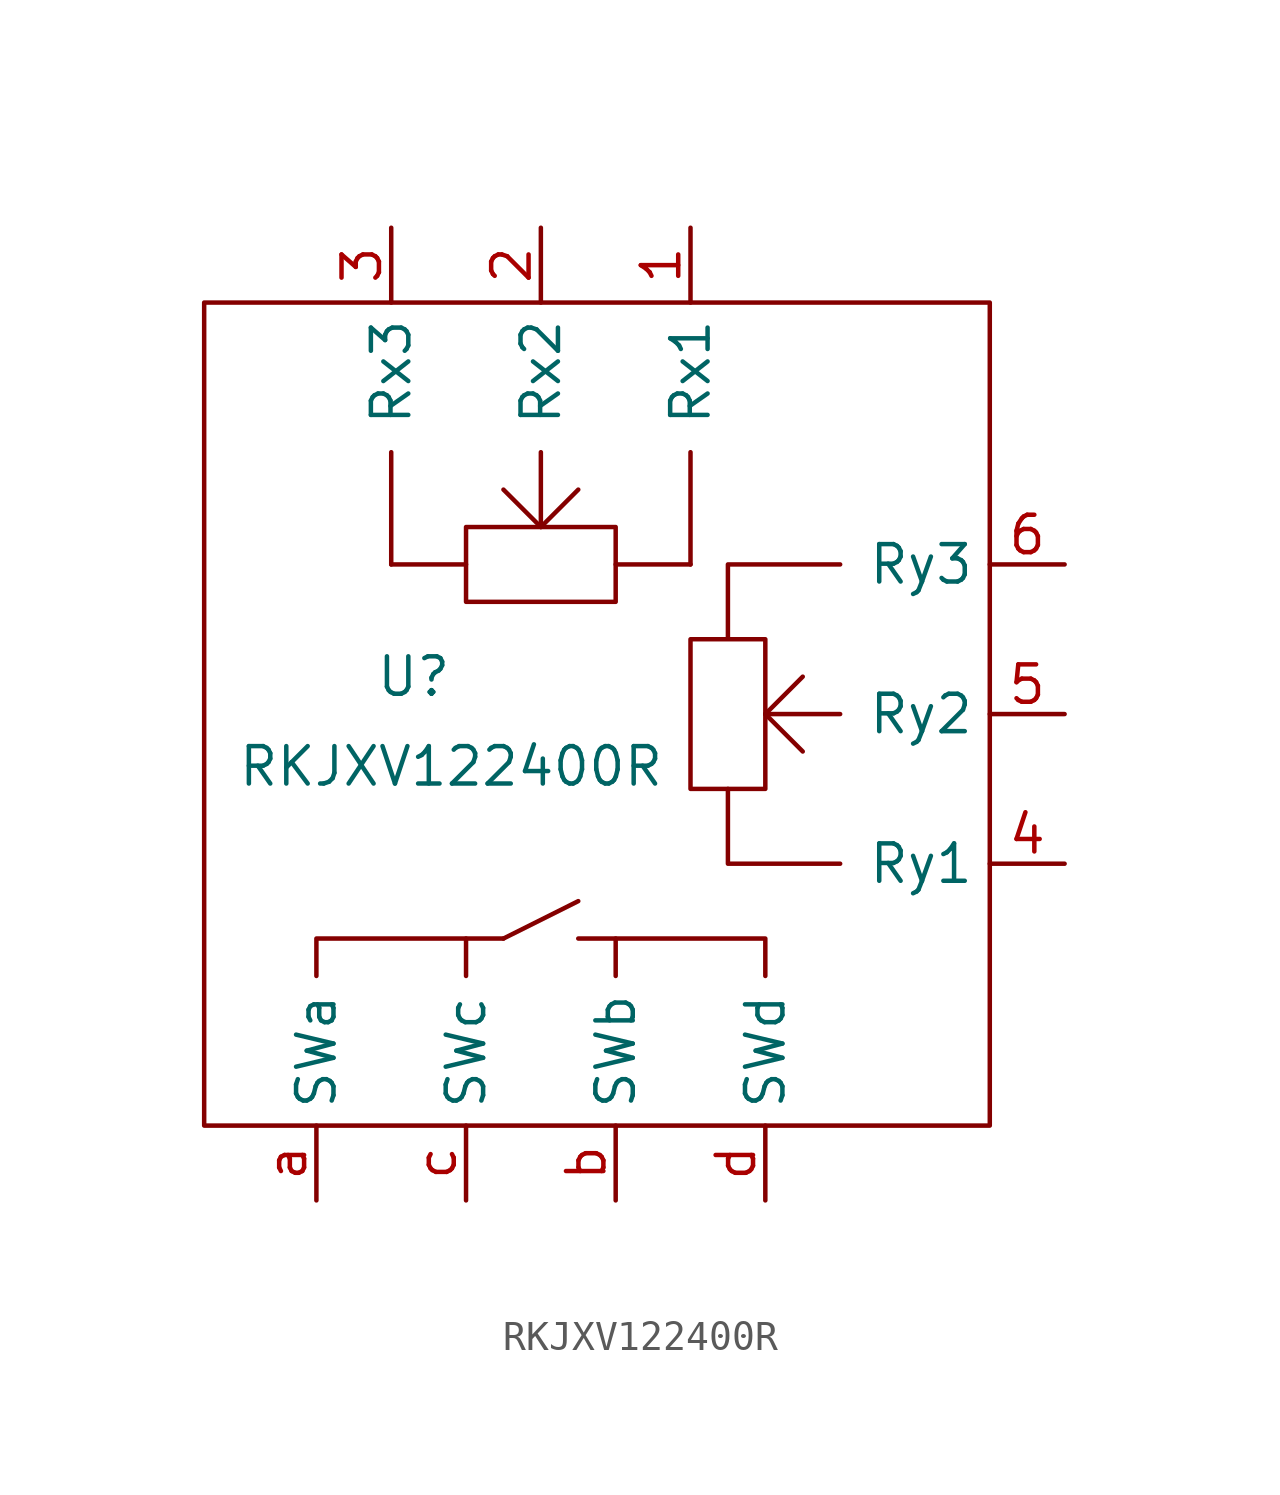
<source format=kicad_sym>
(kicad_symbol_lib
  (version 20231120)
  (generator "kicad_symbol_editor")
  (generator_version "8.0")
  (symbol "RKJXV122400R"
    (property "Reference" "U"
      (at -4.318 1.27 0)
      (effects (font (size 1.27 1.27))))
    (property "Value" "RKJXV122400R"
      (at -3.048 -1.778 0)
      (effects (font (size 1.27 1.27))))
    (symbol "RKJXV122400R_1_1"
      (rectangle (start -11.43 13.97) (end 15.24 -13.97) (stroke (width 0) (type default)) (fill (type none)))
      (rectangle (start -5.08 5.08) (end -5.08 8.89) (stroke (width 0) (type default)) (fill (type none)))
      (rectangle (start -2.54 5.08) (end -5.08 5.08) (stroke (width 0) (type default)) (fill (type none)))
      (rectangle (start -2.54 6.35) (end 2.54 3.81) (stroke (width 0) (type default)) (fill (type none)))
      (polyline (pts (xy -2.54 -7.62) (xy -1.27 -7.62)) (stroke (width 0) (type default)) (fill (type none)))
      (polyline (pts (xy -1.27 -7.62) (xy 1.27 -6.35)) (stroke (width 0) (type default)) (fill (type none)))
      (polyline (pts (xy 2.54 -7.62) (xy 1.27 -7.62)) (stroke (width 0) (type default)) (fill (type none)))
      (polyline (pts (xy 7.62 0) (xy 8.89 -1.27)) (stroke (width 0) (type default)) (fill (type none)))
      (polyline (pts (xy 7.62 0) (xy 8.89 1.27)) (stroke (width 0) (type default)) (fill (type none)))
      (polyline (pts (xy 7.62 0) (xy 10.16 0)) (stroke (width 0) (type default)) (fill (type none)))
      (polyline (pts (xy 6.35 -2.54) (xy 6.35 -5.08) (xy 10.16 -5.08)) (stroke (width 0) (type default)) (fill (type none)))
      (polyline (pts (xy -2.54 -8.89) (xy -2.54 -7.62) (xy -7.62 -7.62) (xy -7.62 -8.89)) (stroke (width 0) (type default)) (fill (type none)))
      (polyline (pts (xy 0 6.35) (xy -1.27 7.62) (xy 0 6.35) (xy 1.27 7.62)) (stroke (width 0) (type default)) (fill (type none)))
      (polyline (pts (xy 2.54 -8.89) (xy 2.54 -7.62) (xy 7.62 -7.62) (xy 7.62 -8.89)) (stroke (width 0) (type default)) (fill (type none)))
      (polyline (pts (xy 10.16 5.08) (xy 6.35 5.08) (xy 6.35 2.54) (xy 5.08 2.54) (xy 5.08 -2.54) (xy 7.62 -2.54) (xy 7.62 2.54) (xy 6.35 2.54)) (stroke (width 0) (type default)) (fill (type none)))
      (rectangle (start 0 8.89) (end 0 6.35) (stroke (width 0) (type default)) (fill (type none)))
      (rectangle (start 2.54 5.08) (end 5.08 5.08) (stroke (width 0) (type default)) (fill (type none)))
      (rectangle (start 5.08 5.08) (end 5.08 8.89) (stroke (width 0) (type default)) (fill (type none)))
      (pin passive line (at 5.08 16.51 270) (length 2.54) (name "Rx1" (effects (font (size 1.27 1.27)))) (number "1" (effects (font (size 1.27 1.27)))))
      (pin passive line (at 0 16.51 270) (length 2.54) (name "Rx2" (effects (font (size 1.27 1.27)))) (number "2" (effects (font (size 1.27 1.27)))))
      (pin passive line (at -5.08 16.51 270) (length 2.54) (name "Rx3" (effects (font (size 1.27 1.27)))) (number "3" (effects (font (size 1.27 1.27)))))
      (pin passive line (at 17.78 -5.08 180) (length 2.54) (name "Ry1" (effects (font (size 1.27 1.27)))) (number "4" (effects (font (size 1.27 1.27)))))
      (pin passive line (at 17.78 0 180) (length 2.54) (name "Ry2" (effects (font (size 1.27 1.27)))) (number "5" (effects (font (size 1.27 1.27)))))
      (pin passive line (at 17.78 5.08 180) (length 2.54) (name "Ry3" (effects (font (size 1.27 1.27)))) (number "6" (effects (font (size 1.27 1.27)))))
      (pin passive line (at -7.62 -16.51 90) (length 2.54) (name "SWa" (effects (font (size 1.27 1.27)))) (number "a" (effects (font (size 1.27 1.27)))))
      (pin passive line (at 2.54 -16.51 90) (length 2.54) (name "SWb" (effects (font (size 1.27 1.27)))) (number "b" (effects (font (size 1.27 1.27)))))
      (pin passive line (at -2.54 -16.51 90) (length 2.54) (name "SWc" (effects (font (size 1.27 1.27)))) (number "c" (effects (font (size 1.27 1.27)))))
      (pin passive line (at 7.62 -16.51 90) (length 2.54) (name "SWd" (effects (font (size 1.27 1.27)))) (number "d" (effects (font (size 1.27 1.27))))))))
</source>
